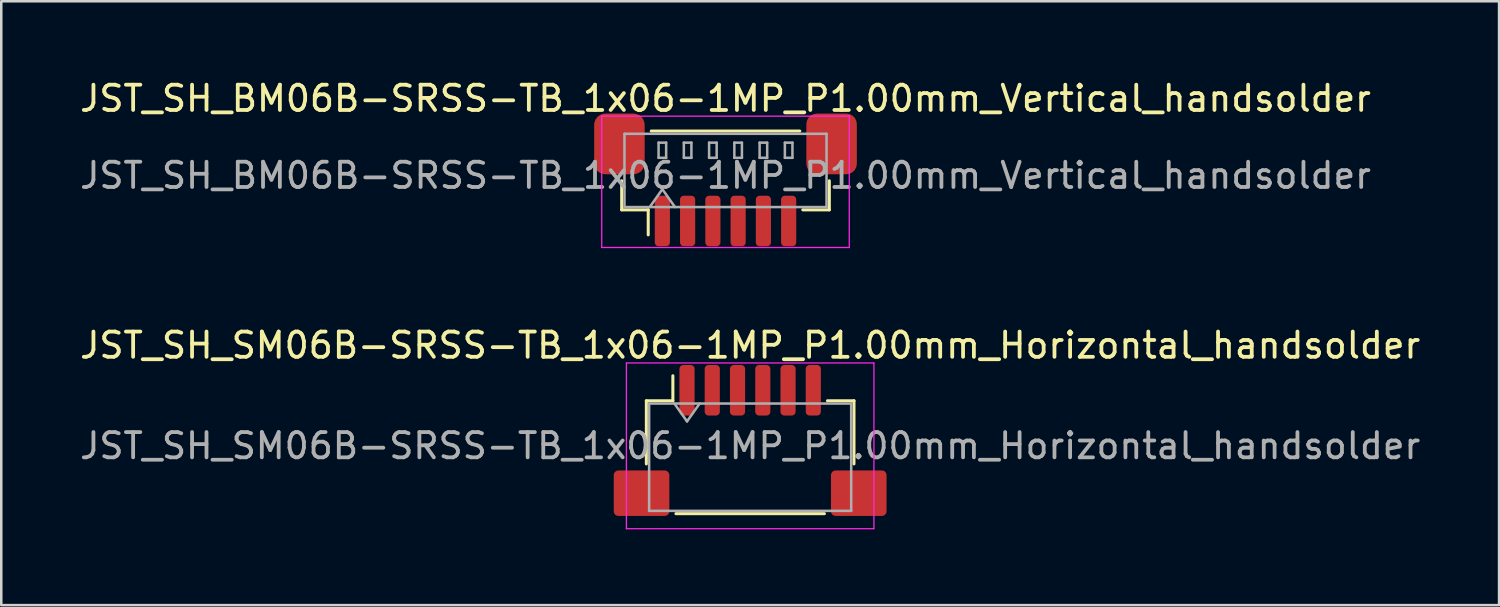
<source format=kicad_pcb>
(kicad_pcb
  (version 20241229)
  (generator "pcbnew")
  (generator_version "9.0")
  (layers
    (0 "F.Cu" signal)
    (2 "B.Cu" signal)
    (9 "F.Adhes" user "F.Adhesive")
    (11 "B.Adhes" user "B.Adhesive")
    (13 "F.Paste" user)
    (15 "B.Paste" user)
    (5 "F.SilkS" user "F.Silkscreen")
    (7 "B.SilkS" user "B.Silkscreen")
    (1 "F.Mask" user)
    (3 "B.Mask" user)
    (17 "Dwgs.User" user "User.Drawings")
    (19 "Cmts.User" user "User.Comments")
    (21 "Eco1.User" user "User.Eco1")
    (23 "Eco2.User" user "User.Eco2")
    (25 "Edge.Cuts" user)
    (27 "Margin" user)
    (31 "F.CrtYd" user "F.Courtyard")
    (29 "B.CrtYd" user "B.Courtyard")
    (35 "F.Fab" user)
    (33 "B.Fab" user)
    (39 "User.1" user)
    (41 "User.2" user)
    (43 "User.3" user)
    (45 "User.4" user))
  (footprint "JST_SH_BM06B-SRSS-TB_1x06-1MP_P1.00mm_Vertical_handsolder"
    (layer "F.Cu")
    (at 25.673 4.148)
    (property "Reference" "JST_SH_BM06B-SRSS-TB_1x06-1MP_P1.00mm_Vertical_handsolder" (at 0 -3.3 0) (layer "F.SilkS") (effects (font (size 1 1) (thickness 0.15))))
    (attr smd)
    (fp_line (start -4.11 -0.04) (end -4.11 1.11) (stroke (width 0.12) (type solid)) (layer "F.SilkS"))
    (fp_line (start -4.11 1.11) (end -3.06 1.11) (stroke (width 0.12) (type solid)) (layer "F.SilkS"))
    (fp_line (start -3.06 1.11) (end -3.06 2.1) (stroke (width 0.12) (type solid)) (layer "F.SilkS"))
    (fp_line (start -2.94 -2.01) (end 2.94 -2.01) (stroke (width 0.12) (type solid)) (layer "F.SilkS"))
    (fp_line (start 4.11 -0.04) (end 4.11 1.11) (stroke (width 0.12) (type solid)) (layer "F.SilkS"))
    (fp_line (start 4.11 1.11) (end 3.06 1.11) (stroke (width 0.12) (type solid)) (layer "F.SilkS"))
    (fp_line (start -4.9 -2.6) (end -4.9 2.6) (stroke (width 0.05) (type solid)) (layer "F.CrtYd"))
    (fp_line (start -4.9 2.6) (end 4.9 2.6) (stroke (width 0.05) (type solid)) (layer "F.CrtYd"))
    (fp_line (start 4.9 -2.6) (end -4.9 -2.6) (stroke (width 0.05) (type solid)) (layer "F.CrtYd"))
    (fp_line (start 4.9 2.6) (end 4.9 -2.6) (stroke (width 0.05) (type solid)) (layer "F.CrtYd"))
    (fp_line (start -4 -1.9) (end 4 -1.9) (stroke (width 0.1) (type solid)) (layer "F.Fab"))
    (fp_line (start -4 1) (end -4 -1.9) (stroke (width 0.1) (type solid)) (layer "F.Fab"))
    (fp_line (start -4 1) (end 4 1) (stroke (width 0.1) (type solid)) (layer "F.Fab"))
    (fp_line (start -3 1) (end -2.5 0.293) (stroke (width 0.1) (type solid)) (layer "F.Fab"))
    (fp_line (start -2.65 -1.55) (end -2.65 -0.95) (stroke (width 0.1) (type solid)) (layer "F.Fab"))
    (fp_line (start -2.65 -0.95) (end -2.35 -0.95) (stroke (width 0.1) (type solid)) (layer "F.Fab"))
    (fp_line (start -2.5 0.293) (end -2 1) (stroke (width 0.1) (type solid)) (layer "F.Fab"))
    (fp_line (start -2.35 -1.55) (end -2.65 -1.55) (stroke (width 0.1) (type solid)) (layer "F.Fab"))
    (fp_line (start -2.35 -0.95) (end -2.35 -1.55) (stroke (width 0.1) (type solid)) (layer "F.Fab"))
    (fp_line (start -1.65 -1.55) (end -1.65 -0.95) (stroke (width 0.1) (type solid)) (layer "F.Fab"))
    (fp_line (start -1.65 -0.95) (end -1.35 -0.95) (stroke (width 0.1) (type solid)) (layer "F.Fab"))
    (fp_line (start -1.35 -1.55) (end -1.65 -1.55) (stroke (width 0.1) (type solid)) (layer "F.Fab"))
    (fp_line (start -1.35 -0.95) (end -1.35 -1.55) (stroke (width 0.1) (type solid)) (layer "F.Fab"))
    (fp_line (start -0.65 -1.55) (end -0.65 -0.95) (stroke (width 0.1) (type solid)) (layer "F.Fab"))
    (fp_line (start -0.65 -0.95) (end -0.35 -0.95) (stroke (width 0.1) (type solid)) (layer "F.Fab"))
    (fp_line (start -0.35 -1.55) (end -0.65 -1.55) (stroke (width 0.1) (type solid)) (layer "F.Fab"))
    (fp_line (start -0.35 -0.95) (end -0.35 -1.55) (stroke (width 0.1) (type solid)) (layer "F.Fab"))
    (fp_line (start 0.35 -1.55) (end 0.35 -0.95) (stroke (width 0.1) (type solid)) (layer "F.Fab"))
    (fp_line (start 0.35 -0.95) (end 0.65 -0.95) (stroke (width 0.1) (type solid)) (layer "F.Fab"))
    (fp_line (start 0.65 -1.55) (end 0.35 -1.55) (stroke (width 0.1) (type solid)) (layer "F.Fab"))
    (fp_line (start 0.65 -0.95) (end 0.65 -1.55) (stroke (width 0.1) (type solid)) (layer "F.Fab"))
    (fp_line (start 1.35 -1.55) (end 1.35 -0.95) (stroke (width 0.1) (type solid)) (layer "F.Fab"))
    (fp_line (start 1.35 -0.95) (end 1.65 -0.95) (stroke (width 0.1) (type solid)) (layer "F.Fab"))
    (fp_line (start 1.65 -1.55) (end 1.35 -1.55) (stroke (width 0.1) (type solid)) (layer "F.Fab"))
    (fp_line (start 1.65 -0.95) (end 1.65 -1.55) (stroke (width 0.1) (type solid)) (layer "F.Fab"))
    (fp_line (start 2.35 -1.55) (end 2.35 -0.95) (stroke (width 0.1) (type solid)) (layer "F.Fab"))
    (fp_line (start 2.35 -0.95) (end 2.65 -0.95) (stroke (width 0.1) (type solid)) (layer "F.Fab"))
    (fp_line (start 2.65 -1.55) (end 2.35 -1.55) (stroke (width 0.1) (type solid)) (layer "F.Fab"))
    (fp_line (start 2.65 -0.95) (end 2.65 -1.55) (stroke (width 0.1) (type solid)) (layer "F.Fab"))
    (fp_line (start 4 1) (end 4 -1.9) (stroke (width 0.1) (type solid)) (layer "F.Fab"))
    (fp_text user "${REFERENCE}" (at 0 -0.25 0) (layer "F.Fab") (effects (font (size 1 1) (thickness 0.15))))
    (pad "1" smd roundrect (at -2.5 1.55) (size 0.6 2) (layers "F.Cu" "F.Mask" "F.Paste") (roundrect_rratio 0.25))
    (pad "2" smd roundrect (at -1.5 1.55) (size 0.6 2) (layers "F.Cu" "F.Mask" "F.Paste") (roundrect_rratio 0.25))
    (pad "3" smd roundrect (at -0.5 1.55) (size 0.6 2) (layers "F.Cu" "F.Mask" "F.Paste") (roundrect_rratio 0.25))
    (pad "4" smd roundrect (at 0.5 1.55) (size 0.6 2) (layers "F.Cu" "F.Mask" "F.Paste") (roundrect_rratio 0.25))
    (pad "5" smd roundrect (at 1.5 1.55) (size 0.6 2) (layers "F.Cu" "F.Mask" "F.Paste") (roundrect_rratio 0.25))
    (pad "6" smd roundrect (at 2.5 1.55) (size 0.6 2) (layers "F.Cu" "F.Mask" "F.Paste") (roundrect_rratio 0.25))
    (pad "MP" smd roundrect (at -4.2 -1.5) (size 2 2.4) (layers "F.Cu" "F.Mask" "F.Paste") (roundrect_rratio 0.222))
    (pad "MP" smd roundrect (at 4.2 -1.5) (size 2 2.4) (layers "F.Cu" "F.Mask" "F.Paste") (roundrect_rratio 0.208)))
  (footprint "JST_SH_SM06B-SRSS-TB_1x06-1MP_P1.00mm_Horizontal_handsolder"
    (layer "F.Cu")
    (at 26.649 14.601)
    (property "Reference" "JST_SH_SM06B-SRSS-TB_1x06-1MP_P1.00mm_Horizontal_handsolder" (at 0 -3.98 0) (layer "F.SilkS") (effects (font (size 1 1) (thickness 0.15))))
    (attr smd)
    (fp_line (start -4.11 -1.785) (end -3.06 -1.785) (stroke (width 0.12) (type solid)) (layer "F.SilkS"))
    (fp_line (start -4.11 0.715) (end -4.11 -1.785) (stroke (width 0.12) (type solid)) (layer "F.SilkS"))
    (fp_line (start -3.06 -1.785) (end -3.06 -2.775) (stroke (width 0.12) (type solid)) (layer "F.SilkS"))
    (fp_line (start -2.94 2.685) (end 2.94 2.685) (stroke (width 0.12) (type solid)) (layer "F.SilkS"))
    (fp_line (start 4.11 -1.785) (end 3.06 -1.785) (stroke (width 0.12) (type solid)) (layer "F.SilkS"))
    (fp_line (start 4.11 0.715) (end 4.11 -1.785) (stroke (width 0.12) (type solid)) (layer "F.SilkS"))
    (fp_line (start -4.9 -3.28) (end -4.9 3.28) (stroke (width 0.05) (type solid)) (layer "F.CrtYd"))
    (fp_line (start -4.9 3.28) (end 4.9 3.28) (stroke (width 0.05) (type solid)) (layer "F.CrtYd"))
    (fp_line (start 4.9 -3.28) (end -4.9 -3.28) (stroke (width 0.05) (type solid)) (layer "F.CrtYd"))
    (fp_line (start 4.9 3.28) (end 4.9 -3.28) (stroke (width 0.05) (type solid)) (layer "F.CrtYd"))
    (fp_line (start -4 -1.675) (end -4 2.575) (stroke (width 0.1) (type solid)) (layer "F.Fab"))
    (fp_line (start -4 -1.675) (end 4 -1.675) (stroke (width 0.1) (type solid)) (layer "F.Fab"))
    (fp_line (start -4 2.575) (end 4 2.575) (stroke (width 0.1) (type solid)) (layer "F.Fab"))
    (fp_line (start -3 -1.675) (end -2.5 -0.968) (stroke (width 0.1) (type solid)) (layer "F.Fab"))
    (fp_line (start -2.5 -0.968) (end -2 -1.675) (stroke (width 0.1) (type solid)) (layer "F.Fab"))
    (fp_line (start 4 -1.675) (end 4 2.575) (stroke (width 0.1) (type solid)) (layer "F.Fab"))
    (fp_text user "${REFERENCE}" (at 0 0 0) (layer "F.Fab") (effects (font (size 1 1) (thickness 0.15))))
    (pad "1" smd roundrect (at -2.5 -2.2) (size 0.6 2) (layers "F.Cu" "F.Mask" "F.Paste") (roundrect_rratio 0.25))
    (pad "2" smd roundrect (at -1.5 -2.2) (size 0.6 2) (layers "F.Cu" "F.Mask" "F.Paste") (roundrect_rratio 0.25))
    (pad "3" smd roundrect (at -0.5 -2.2) (size 0.6 2) (layers "F.Cu" "F.Mask" "F.Paste") (roundrect_rratio 0.25))
    (pad "4" smd roundrect (at 0.5 -2.2) (size 0.6 2) (layers "F.Cu" "F.Mask" "F.Paste") (roundrect_rratio 0.25))
    (pad "5" smd roundrect (at 1.5 -2.2) (size 0.6 2) (layers "F.Cu" "F.Mask" "F.Paste") (roundrect_rratio 0.25))
    (pad "6" smd roundrect (at 2.5 -2.2) (size 0.6 2) (layers "F.Cu" "F.Mask" "F.Paste") (roundrect_rratio 0.25))
    (pad "MP" smd roundrect (at -4.3 1.875) (size 2.2 1.8) (layers "F.Cu" "F.Mask" "F.Paste") (roundrect_rratio 0.1))
    (pad "MP" smd roundrect (at 4.3 1.875) (size 2.2 1.8) (layers "F.Cu" "F.Mask" "F.Paste") (roundrect_rratio 0.1)))
  (gr_rect
    (start -3 -3)
    (end 56.298 20.907)
    (stroke (width 0.1) (type default))
    (fill no)
    (layer "Edge.Cuts")))
</source>
